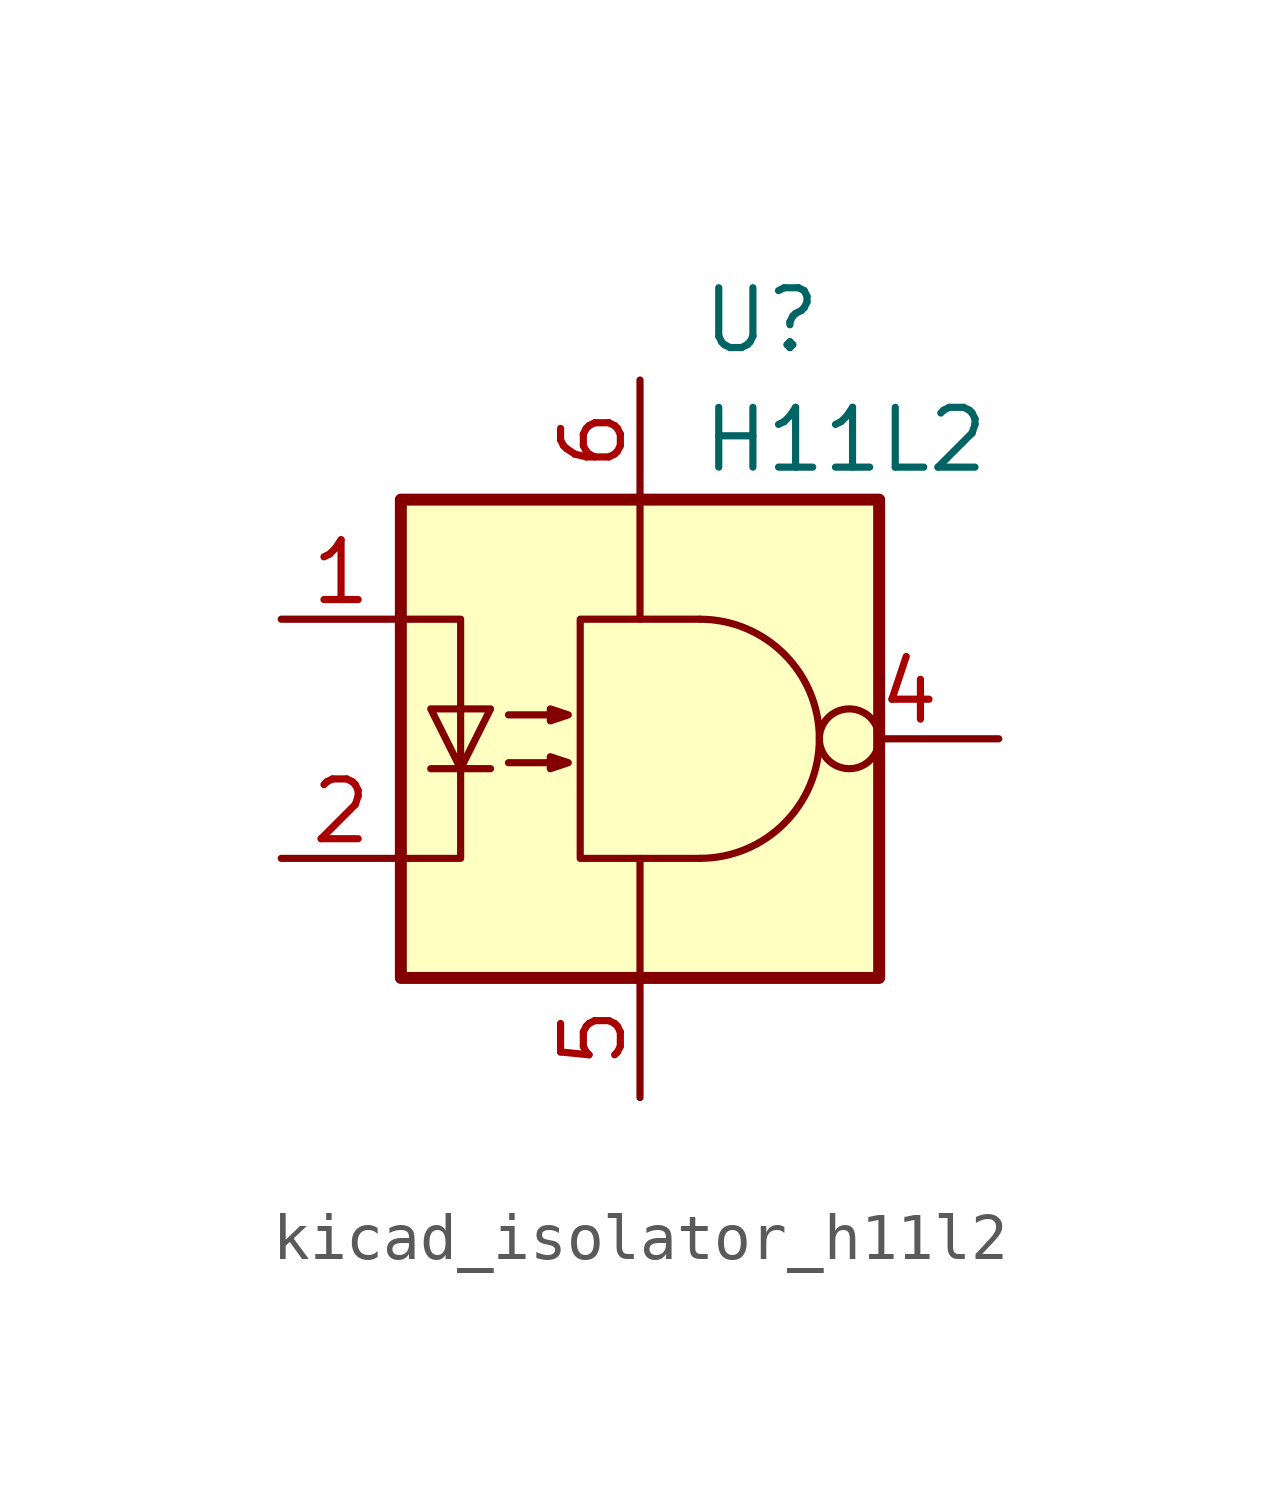
<source format=kicad_sym>
(kicad_symbol_lib
  (version 20220914)
  (generator kicad_symbol_editor)
  (symbol "kicad_isolator_h11l2"
    (pin_names
      (offset 1.016))
    (property "Reference" "U"
      (at 1.27 8.89 0)
      (effects (font (size 1.27 1.27)) (justify left)))
    (property "Value" "H11L2"
      (at 1.27 6.35 0)
      (effects (font (size 1.27 1.27)) (justify left)))
    (symbol "kicad_isolator_h11l2_0_1"
      (rectangle (start -5.08 5.08) (end 5.08 -5.08) (stroke (width 0.254) (type default)) (fill (type background)))
      (polyline (pts (xy -4.445 -0.635) (xy -3.175 -0.635)) (stroke (width 0) (type default)) (fill (type none)))
      (polyline (pts (xy 0 2.54) (xy 0 5.08)) (stroke (width 0) (type default)) (fill (type none)))
      (polyline (pts (xy 0 -2.54) (xy 0 -5.08) (xy 0 -3.81)) (stroke (width 0) (type default)) (fill (type none)))
      (polyline (pts (xy -5.08 -2.54) (xy -3.81 -2.54) (xy -3.81 2.54) (xy -5.08 2.54)) (stroke (width 0) (type default)) (fill (type none)))
      (polyline (pts (xy -3.81 -0.635) (xy -4.445 0.635) (xy -3.175 0.635) (xy -3.81 -0.635)) (stroke (width 0) (type default)) (fill (type none)))
      (polyline (pts (xy 1.27 -2.54) (xy -1.27 -2.54) (xy -1.27 2.54) (xy 1.27 2.54)) (stroke (width 0) (type default)) (fill (type none)))
      (polyline (pts (xy -2.794 -0.508) (xy -1.524 -0.508) (xy -1.905 -0.635) (xy -1.905 -0.381) (xy -1.524 -0.508)) (stroke (width 0) (type default)) (fill (type none)))
      (polyline (pts (xy -2.794 0.508) (xy -1.524 0.508) (xy -1.905 0.381) (xy -1.905 0.635) (xy -1.524 0.508)) (stroke (width 0) (type default)) (fill (type none)))
      (arc (start 1.27 -2.54) (mid 3.799 0) (end 1.27 2.54) (stroke (width 0) (type default)) (fill (type none))))
    (symbol "kicad_isolator_h11l2_1_1"
      (pin passive line (at -7.62 2.54 0) (length 2.54) (name "~" (effects (font (size 1.27 1.27)))) (number "1" (effects (font (size 1.27 1.27)))))
      (pin passive line (at -7.62 -2.54 0) (length 2.54) (name "~" (effects (font (size 1.27 1.27)))) (number "2" (effects (font (size 1.27 1.27)))))
      (pin no_connect line (at -5.08 0 0) (length 2.54) hide (name "~" (effects (font (size 1.27 1.27)))) (number "3" (effects (font (size 1.27 1.27)))))
      (pin output inverted (at 7.62 0 180) (length 3.81) (name "~" (effects (font (size 1.27 1.27)))) (number "4" (effects (font (size 1.27 1.27)))))
      (pin power_in line (at 0 -7.62 90) (length 2.54) (name "~" (effects (font (size 1.27 1.27)))) (number "5" (effects (font (size 1.27 1.27)))))
      (pin power_in line (at 0 7.62 270) (length 2.54) (name "~" (effects (font (size 1.27 1.27)))) (number "6" (effects (font (size 1.27 1.27))))))))
</source>
